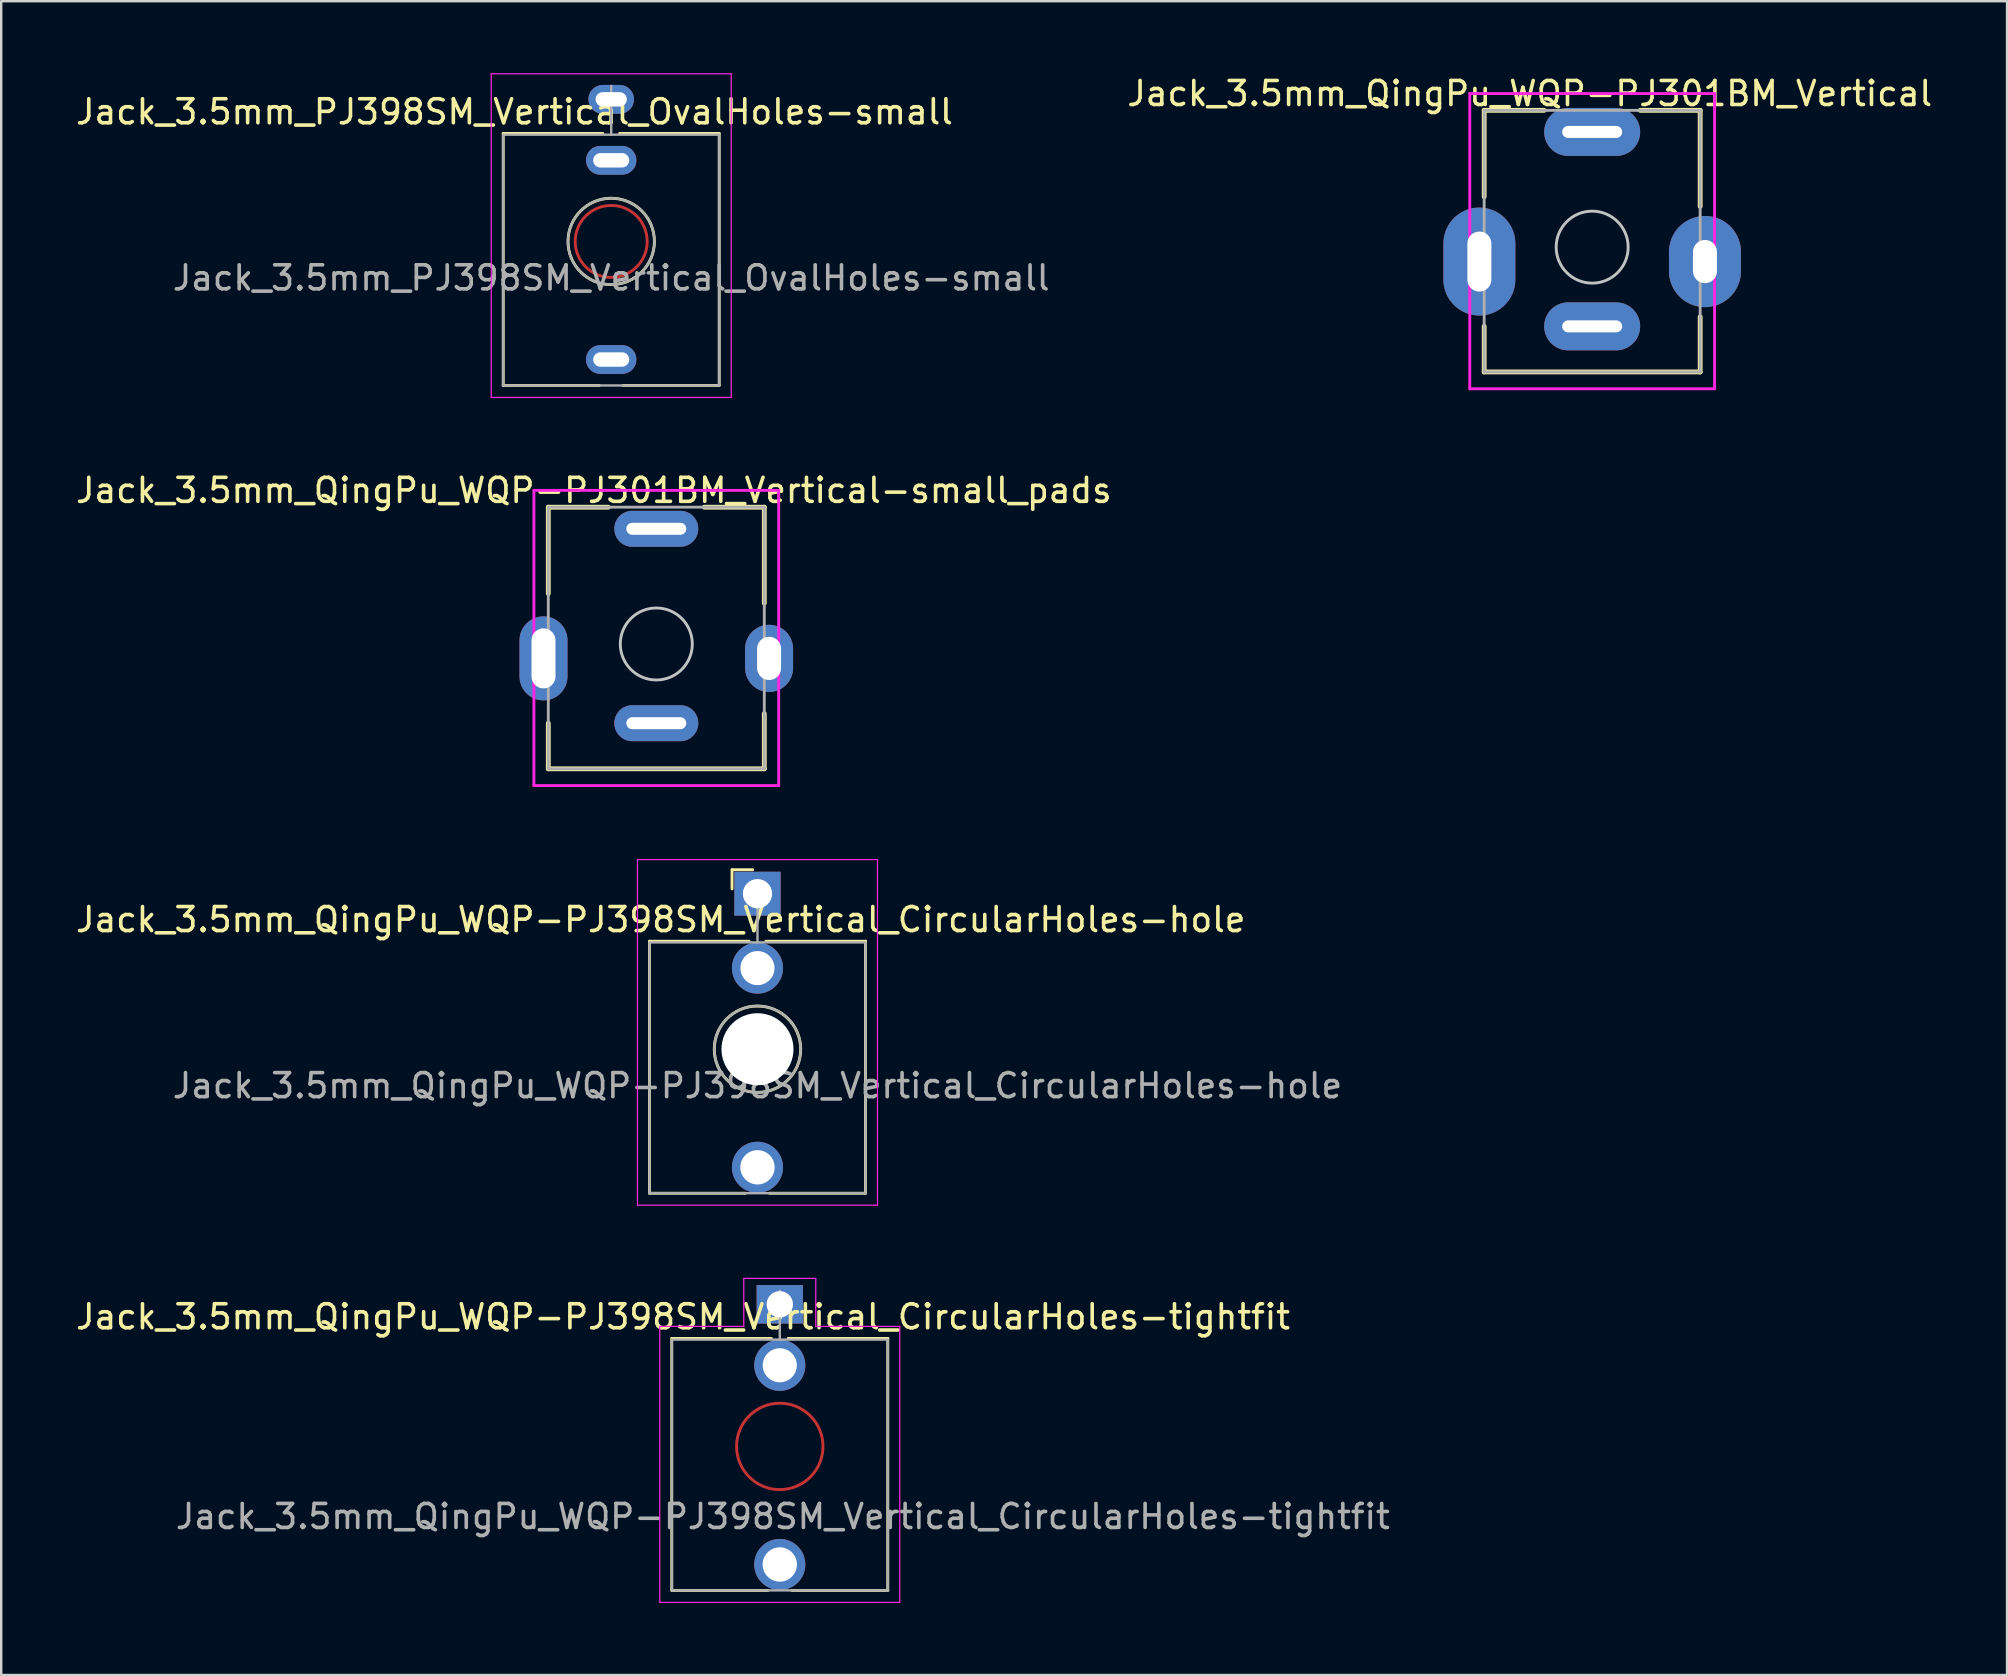
<source format=kicad_pcb>
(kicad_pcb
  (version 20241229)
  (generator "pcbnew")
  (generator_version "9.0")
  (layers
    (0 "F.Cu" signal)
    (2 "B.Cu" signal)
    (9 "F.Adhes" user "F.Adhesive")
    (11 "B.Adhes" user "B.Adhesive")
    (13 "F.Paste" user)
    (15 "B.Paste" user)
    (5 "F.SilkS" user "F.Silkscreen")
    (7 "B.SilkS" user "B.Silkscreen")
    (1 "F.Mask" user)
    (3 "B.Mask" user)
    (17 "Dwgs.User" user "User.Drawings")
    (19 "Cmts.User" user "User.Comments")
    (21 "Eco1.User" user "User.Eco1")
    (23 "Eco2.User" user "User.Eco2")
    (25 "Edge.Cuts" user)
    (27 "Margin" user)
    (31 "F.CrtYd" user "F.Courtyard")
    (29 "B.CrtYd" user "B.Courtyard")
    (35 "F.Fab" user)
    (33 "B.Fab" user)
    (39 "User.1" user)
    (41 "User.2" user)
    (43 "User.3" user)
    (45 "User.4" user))
  (footprint "Jack_3.5mm_QingPu_WQP-PJ301BM_Vertical"
    (layer "F.Cu")
    (at 63.291 7.248)
    (property "Reference" "Jack_3.5mm_QingPu_WQP-PJ301BM_Vertical" (at -2.6 -6.4 0) (layer "F.SilkS") (effects (font (size 1 1) (thickness 0.15))))
    (attr through_hole)
    (fp_line (start -4.5 -5.7) (end -4.5 -2.1) (stroke (width 0.2) (type solid)) (layer "F.SilkS"))
    (fp_line (start -4.5 -5.7) (end -2 -5.7) (stroke (width 0.2) (type solid)) (layer "F.SilkS"))
    (fp_line (start -4.5 5.2) (end -4.5 3.3) (stroke (width 0.2) (type solid)) (layer "F.SilkS"))
    (fp_line (start -4.5 5.2) (end 4.5 5.2) (stroke (width 0.2) (type solid)) (layer "F.SilkS"))
    (fp_line (start 4.5 -5.7) (end 2 -5.7) (stroke (width 0.2) (type solid)) (layer "F.SilkS"))
    (fp_line (start 4.5 -5.7) (end 4.5 -1.7) (stroke (width 0.2) (type solid)) (layer "F.SilkS"))
    (fp_line (start 4.5 5.2) (end 4.5 2.9) (stroke (width 0.2) (type solid)) (layer "F.SilkS"))
    (fp_circle (center 0 0) (end 1.5 0) (stroke (width 0.12) (type solid)) (fill no) (layer "Dwgs.User"))
    (fp_line (start -5.1 -6.4) (end 5.1 -6.4) (stroke (width 0.12) (type solid)) (layer "F.CrtYd"))
    (fp_line (start -5.1 5.9) (end -5.1 -6.4) (stroke (width 0.12) (type solid)) (layer "F.CrtYd"))
    (fp_line (start 5.1 -6.4) (end 5.1 5.9) (stroke (width 0.12) (type solid)) (layer "F.CrtYd"))
    (fp_line (start 5.1 5.9) (end -5.1 5.9) (stroke (width 0.12) (type solid)) (layer "F.CrtYd"))
    (fp_line (start -4.5 -5.7) (end 4.5 -5.7) (stroke (width 0.12) (type solid)) (layer "F.Fab"))
    (fp_line (start -4.5 5.2) (end -4.5 -5.7) (stroke (width 0.12) (type solid)) (layer "F.Fab"))
    (fp_line (start 4.5 -5.7) (end 4.5 5.2) (stroke (width 0.12) (type solid)) (layer "F.Fab"))
    (fp_line (start 4.5 5.2) (end -4.5 5.2) (stroke (width 0.12) (type solid)) (layer "F.Fab"))
    (fp_circle (center 0 0) (end 3.05 0) (stroke (width 0.1) (type default)) (fill no) (layer "User.9"))
    (pad "S" thru_hole oval (at -4.7 0.6 90) (size 4.5 3) (drill oval 2.5 1) (layers "*.Cu" "*.Mask"))
    (pad "S" thru_hole oval (at 4.7 0.6 90) (size 3.8 3) (drill oval 1.8 1) (layers "*.Cu" "*.Mask"))
    (pad "T" thru_hole oval (at 0 -4.8) (size 4 2) (drill oval 2.5 0.5) (layers "*.Cu" "*.Mask"))
    (pad "TN" thru_hole oval (at 0 3.3) (size 4 2) (drill oval 2.5 0.5) (layers "*.Cu" "*.Mask")))
  (footprint "Jack_3.5mm_PJ398SM_Vertical_OvalHoles-small"
    (layer "F.Cu")
    (at 22.417 7.01)
    (property "Reference" "Jack_3.5mm_PJ398SM_Vertical_OvalHoles-small" (at -4.03 -5.4 180) (layer "F.SilkS") (effects (font (size 1 1) (thickness 0.15))))
    (attr through_hole)
    (fp_circle (center 0 0) (end 1.5 0) (stroke (width 0.12) (type solid)) (fill no) (layer "F.Cu"))
    (fp_line (start -4.5 -4.5) (end -4.5 6) (stroke (width 0.12) (type solid)) (layer "F.SilkS"))
    (fp_line (start -0.5 6) (end -4.5 6) (stroke (width 0.12) (type solid)) (layer "F.SilkS"))
    (fp_line (start -0.35 -4.5) (end -4.5 -4.5) (stroke (width 0.12) (type solid)) (layer "F.SilkS"))
    (fp_line (start 4.5 -4.5) (end 0.35 -4.5) (stroke (width 0.12) (type solid)) (layer "F.SilkS"))
    (fp_line (start 4.5 -4.5) (end 4.5 6) (stroke (width 0.12) (type solid)) (layer "F.SilkS"))
    (fp_line (start 4.5 6) (end 0.5 6) (stroke (width 0.12) (type solid)) (layer "F.SilkS"))
    (fp_circle (center 0 0) (end 1.8 0) (stroke (width 0.12) (type solid)) (fill no) (layer "F.SilkS"))
    (fp_line (start -5 6.5) (end -5 -6.985) (stroke (width 0.05) (type solid)) (layer "F.CrtYd"))
    (fp_line (start 5 -6.985) (end -5 -6.985) (stroke (width 0.05) (type solid)) (layer "F.CrtYd"))
    (fp_line (start 5 6.5) (end -5 6.5) (stroke (width 0.05) (type solid)) (layer "F.CrtYd"))
    (fp_line (start 5 6.5) (end 5 -6.985) (stroke (width 0.05) (type solid)) (layer "F.CrtYd"))
    (fp_line (start -4.5 6) (end -4.5 -4.4) (stroke (width 0.1) (type solid)) (layer "F.Fab"))
    (fp_line (start 0 -6.48) (end 0 -4.45) (stroke (width 0.1) (type solid)) (layer "F.Fab"))
    (fp_line (start 4.5 -4.45) (end -4.5 -4.45) (stroke (width 0.1) (type solid)) (layer "F.Fab"))
    (fp_line (start 4.5 6) (end -4.5 6) (stroke (width 0.1) (type solid)) (layer "F.Fab"))
    (fp_line (start 4.5 6) (end 4.5 -4.4) (stroke (width 0.1) (type solid)) (layer "F.Fab"))
    (fp_circle (center 0 0) (end 1.8 0) (stroke (width 0.1) (type solid)) (fill no) (layer "F.Fab"))
    (fp_text user "${REFERENCE}" (at 0 1.52 180) (layer "F.Fab") (effects (font (size 1 1) (thickness 0.15))))
    (pad "S" thru_hole oval (at 0 -5.92 180) (size 1.9 1.2) (drill oval 1.3 0.6) (layers "*.Cu" "*.Mask"))
    (pad "T" thru_hole oval (at 0 4.92 180) (size 2.1 1.2) (drill oval 1.5 0.6) (layers "*.Cu" "*.Mask"))
    (pad "TN" thru_hole oval (at 0 -3.38 180) (size 2.1 1.2) (drill oval 1.5 0.6) (layers "*.Cu" "*.Mask")))
  (footprint "Jack_3.5mm_QingPu_WQP-PJ398SM_Vertical_CircularHoles-hole"
    (layer "F.Cu")
    (at 28.512 34.188)
    (property "Reference" "Jack_3.5mm_QingPu_WQP-PJ398SM_Vertical_CircularHoles-hole" (at -4.03 1.08 180) (layer "F.SilkS") (effects (font (size 1 1) (thickness 0.15))))
    (attr through_hole)
    (fp_line (start -4.5 1.98) (end -4.5 12.48) (stroke (width 0.12) (type solid)) (layer "F.SilkS"))
    (fp_line (start -1.06 -1) (end -1.06 -0.2) (stroke (width 0.12) (type solid)) (layer "F.SilkS"))
    (fp_line (start -1.06 -1) (end -0.2 -1) (stroke (width 0.12) (type solid)) (layer "F.SilkS"))
    (fp_line (start -0.5 12.48) (end -4.5 12.48) (stroke (width 0.12) (type solid)) (layer "F.SilkS"))
    (fp_line (start -0.35 1.98) (end -4.5 1.98) (stroke (width 0.12) (type solid)) (layer "F.SilkS"))
    (fp_line (start 4.5 1.98) (end 0.35 1.98) (stroke (width 0.12) (type solid)) (layer "F.SilkS"))
    (fp_line (start 4.5 1.98) (end 4.5 12.48) (stroke (width 0.12) (type solid)) (layer "F.SilkS"))
    (fp_line (start 4.5 12.48) (end 0.5 12.48) (stroke (width 0.12) (type solid)) (layer "F.SilkS"))
    (fp_circle (center 0 6.48) (end 1.8 6.48) (stroke (width 0.12) (type solid)) (fill no) (layer "F.SilkS"))
    (fp_line (start -5 12.98) (end -5 -1.42) (stroke (width 0.05) (type solid)) (layer "F.CrtYd"))
    (fp_line (start 5 -1.42) (end -5 -1.42) (stroke (width 0.05) (type solid)) (layer "F.CrtYd"))
    (fp_line (start 5 12.98) (end -5 12.98) (stroke (width 0.05) (type solid)) (layer "F.CrtYd"))
    (fp_line (start 5 12.98) (end 5 -1.42) (stroke (width 0.05) (type solid)) (layer "F.CrtYd"))
    (fp_line (start -4.5 12.48) (end -4.5 2.08) (stroke (width 0.1) (type solid)) (layer "F.Fab"))
    (fp_line (start 0 0) (end 0 2.03) (stroke (width 0.1) (type solid)) (layer "F.Fab"))
    (fp_line (start 4.5 2.03) (end -4.5 2.03) (stroke (width 0.1) (type solid)) (layer "F.Fab"))
    (fp_line (start 4.5 12.48) (end -4.5 12.48) (stroke (width 0.1) (type solid)) (layer "F.Fab"))
    (fp_line (start 4.5 12.48) (end 4.5 2.08) (stroke (width 0.1) (type solid)) (layer "F.Fab"))
    (fp_circle (center 0 6.48) (end 1.8 6.48) (stroke (width 0.1) (type solid)) (fill no) (layer "F.Fab"))
    (fp_text user "KEEPOUT" (at 0 6.48 0) (layer "Cmts.User") (effects (font (size 0.4 0.4) (thickness 0.051))))
    (fp_text user "${REFERENCE}" (at 0 8 180) (layer "F.Fab") (effects (font (size 1 1) (thickness 0.15))))
    (pad "" np_thru_hole circle (at 0 6.48 90) (size 3 3) (drill 3) (layers "*.Cu" "*.Mask"))
    (pad "S" thru_hole rect (at 0 0 180) (size 1.93 1.83) (drill 1.22) (layers "*.Cu" "*.Mask"))
    (pad "T" thru_hole circle (at 0 11.4 180) (size 2.13 2.13) (drill 1.43) (layers "*.Cu" "*.Mask"))
    (pad "TN" thru_hole circle (at 0 3.1 180) (size 2.13 2.13) (drill 1.42) (layers "*.Cu" "*.Mask")))
  (footprint "Jack_3.5mm_QingPu_WQP-PJ301BM_Vertical-small_pads"
    (layer "F.Cu")
    (at 24.296 23.783)
    (property "Reference" "Jack_3.5mm_QingPu_WQP-PJ301BM_Vertical-small_pads" (at -2.6 -6.4 0) (layer "F.SilkS") (effects (font (size 1 1) (thickness 0.15))))
    (attr through_hole)
    (fp_line (start -4.5 -5.7) (end -4.5 -2.1) (stroke (width 0.2) (type solid)) (layer "F.SilkS"))
    (fp_line (start -4.5 -5.7) (end -2 -5.7) (stroke (width 0.2) (type solid)) (layer "F.SilkS"))
    (fp_line (start -4.5 5.2) (end -4.5 3.3) (stroke (width 0.2) (type solid)) (layer "F.SilkS"))
    (fp_line (start -4.5 5.2) (end 4.5 5.2) (stroke (width 0.2) (type solid)) (layer "F.SilkS"))
    (fp_line (start 4.5 -5.7) (end 2 -5.7) (stroke (width 0.2) (type solid)) (layer "F.SilkS"))
    (fp_line (start 4.5 -5.7) (end 4.5 -1.7) (stroke (width 0.2) (type solid)) (layer "F.SilkS"))
    (fp_line (start 4.5 5.2) (end 4.5 2.9) (stroke (width 0.2) (type solid)) (layer "F.SilkS"))
    (fp_circle (center 0 0) (end 1.5 0) (stroke (width 0.12) (type solid)) (fill no) (layer "Dwgs.User"))
    (fp_line (start -5.1 -6.4) (end 5.1 -6.4) (stroke (width 0.12) (type solid)) (layer "F.CrtYd"))
    (fp_line (start -5.1 5.9) (end -5.1 -6.4) (stroke (width 0.12) (type solid)) (layer "F.CrtYd"))
    (fp_line (start 5.1 -6.4) (end 5.1 5.9) (stroke (width 0.12) (type solid)) (layer "F.CrtYd"))
    (fp_line (start 5.1 5.9) (end -5.1 5.9) (stroke (width 0.12) (type solid)) (layer "F.CrtYd"))
    (fp_line (start -4.5 -5.7) (end 4.5 -5.7) (stroke (width 0.12) (type solid)) (layer "F.Fab"))
    (fp_line (start -4.5 5.2) (end -4.5 -5.7) (stroke (width 0.12) (type solid)) (layer "F.Fab"))
    (fp_line (start 4.5 -5.7) (end 4.5 5.2) (stroke (width 0.12) (type solid)) (layer "F.Fab"))
    (fp_line (start 4.5 5.2) (end -4.5 5.2) (stroke (width 0.12) (type solid)) (layer "F.Fab"))
    (fp_circle (center 0 0) (end 3.05 0) (stroke (width 0.1) (type default)) (fill no) (layer "User.9"))
    (pad "S" thru_hole oval (at -4.7 0.6 90) (size 3.5 2) (drill oval 2.5 1) (layers "*.Cu" "*.Mask"))
    (pad "S" thru_hole oval (at 4.7 0.6 90) (size 2.8 2) (drill oval 1.8 1) (layers "*.Cu" "*.Mask"))
    (pad "T" thru_hole oval (at 0 -4.8) (size 3.5 1.5) (drill oval 2.5 0.5) (layers "*.Cu" "*.Mask"))
    (pad "TN" thru_hole oval (at 0 3.3) (size 3.5 1.5) (drill oval 2.5 0.5) (layers "*.Cu" "*.Mask")))
  (footprint "Jack_3.5mm_QingPu_WQP-PJ398SM_Vertical_CircularHoles-tightfit"
    (layer "F.Cu")
    (at 29.441 57.218)
    (property "Reference" "Jack_3.5mm_QingPu_WQP-PJ398SM_Vertical_CircularHoles-tightfit" (at -4.03 -5.4 180) (layer "F.SilkS") (effects (font (size 1 1) (thickness 0.15))))
    (attr through_hole)
    (fp_circle (center 0 0) (end 1.8 0) (stroke (width 0.12) (type solid)) (fill no) (layer "F.Cu"))
    (fp_line (start -4.5 -4.5) (end -4.5 6) (stroke (width 0.12) (type solid)) (layer "F.SilkS"))
    (fp_line (start -0.5 6) (end -4.5 6) (stroke (width 0.12) (type solid)) (layer "F.SilkS"))
    (fp_line (start -0.35 -4.5) (end -4.5 -4.5) (stroke (width 0.12) (type solid)) (layer "F.SilkS"))
    (fp_line (start 4.5 -4.5) (end 0.35 -4.5) (stroke (width 0.12) (type solid)) (layer "F.SilkS"))
    (fp_line (start 4.5 -4.5) (end 4.5 6) (stroke (width 0.12) (type solid)) (layer "F.SilkS"))
    (fp_line (start 4.5 6) (end 0.5 6) (stroke (width 0.12) (type solid)) (layer "F.SilkS"))
    (fp_line (start -5 -5) (end -1.5 -5) (stroke (width 0.05) (type solid)) (layer "F.CrtYd"))
    (fp_line (start -5 6.5) (end -5 -5) (stroke (width 0.05) (type solid)) (layer "F.CrtYd"))
    (fp_line (start -1.5 -7) (end 1.5 -7) (stroke (width 0.05) (type solid)) (layer "F.CrtYd"))
    (fp_line (start -1.5 -5) (end -1.5 -7) (stroke (width 0.05) (type solid)) (layer "F.CrtYd"))
    (fp_line (start 1.5 -7) (end 1.5 -5) (stroke (width 0.05) (type solid)) (layer "F.CrtYd"))
    (fp_line (start 1.5 -5) (end 5 -5) (stroke (width 0.05) (type solid)) (layer "F.CrtYd"))
    (fp_line (start 5 6.5) (end -5 6.5) (stroke (width 0.05) (type solid)) (layer "F.CrtYd"))
    (fp_line (start 5 6.5) (end 5 -5) (stroke (width 0.05) (type solid)) (layer "F.CrtYd"))
    (fp_line (start -4.5 6) (end -4.5 -4.4) (stroke (width 0.1) (type solid)) (layer "F.Fab"))
    (fp_line (start 0 -6.48) (end 0 -4.45) (stroke (width 0.1) (type solid)) (layer "F.Fab"))
    (fp_line (start 4.5 -4.45) (end -4.5 -4.45) (stroke (width 0.1) (type solid)) (layer "F.Fab"))
    (fp_line (start 4.5 6) (end -4.5 6) (stroke (width 0.1) (type solid)) (layer "F.Fab"))
    (fp_line (start 4.5 6) (end 4.5 -4.4) (stroke (width 0.1) (type solid)) (layer "F.Fab"))
    (fp_text user "${REFERENCE}" (at 0.127 2.921 180) (layer "F.Fab") (effects (font (size 1 1) (thickness 0.15))))
    (pad "S" thru_hole rect (at 0 -5.92 180) (size 1.93 1.6) (drill 1.1) (layers "*.Cu" "*.Mask"))
    (pad "T" thru_hole circle (at 0 4.92 180) (size 2.13 2.13) (drill 1.43) (layers "*.Cu" "*.Mask"))
    (pad "TN" thru_hole circle (at 0 -3.38 180) (size 2.13 2.13) (drill 1.42) (layers "*.Cu" "*.Mask")))
  (gr_rect
    (start -3 -3)
    (end 80.578 66.743)
    (stroke (width 0.1) (type default))
    (fill no)
    (layer "Edge.Cuts")))
</source>
